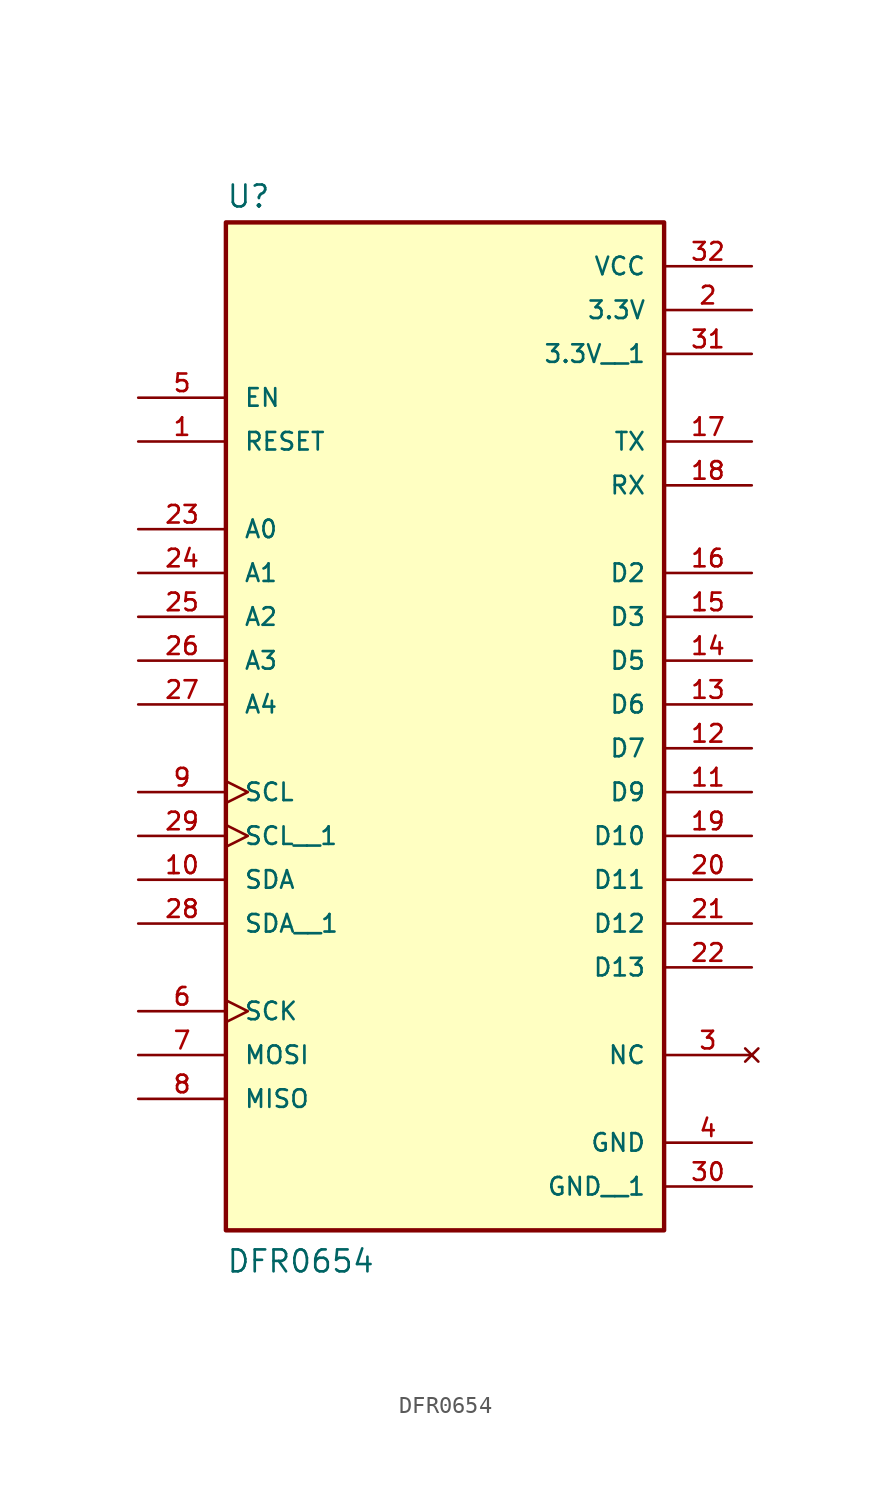
<source format=kicad_sym>
(kicad_symbol_lib
  (version 20211014)
  (generator kicad_symbol_editor)
  (symbol "DFR0654"
    (pin_names
      (offset 1.016))
    (property "Reference" "U"
      (at -12.7 26.162 0)
      (effects (font (size 1.27 1.27)) (justify bottom left)))
    (property "Value" "DFR0654"
      (at -12.7 -35.56 0)
      (effects (font (size 1.27 1.27)) (justify bottom left)))
    (symbol "DFR0654_0_0"
      (rectangle (start -12.7 -33.02) (end 12.7 25.4) (stroke (width 0.254)) (fill (type background)))
      (pin input line (at -17.78 12.7 0) (length 5.08) (name "RESET" (effects (font (size 1.016 1.016)))) (number "1" (effects (font (size 1.016 1.016)))))
      (pin power_in line (at 17.78 20.32 180.0) (length 5.08) (name "3.3V" (effects (font (size 1.016 1.016)))) (number "2" (effects (font (size 1.016 1.016)))))
      (pin no_connect line (at 17.78 -22.86 180.0) (length 5.08) (name "NC" (effects (font (size 1.016 1.016)))) (number "3" (effects (font (size 1.016 1.016)))))
      (pin power_in line (at 17.78 -27.94 180.0) (length 5.08) (name "GND" (effects (font (size 1.016 1.016)))) (number "4" (effects (font (size 1.016 1.016)))))
      (pin input line (at -17.78 15.24 0) (length 5.08) (name "EN" (effects (font (size 1.016 1.016)))) (number "5" (effects (font (size 1.016 1.016)))))
      (pin input clock (at -17.78 -20.32 0) (length 5.08) (name "SCK" (effects (font (size 1.016 1.016)))) (number "6" (effects (font (size 1.016 1.016)))))
      (pin input line (at -17.78 -22.86 0) (length 5.08) (name "MOSI" (effects (font (size 1.016 1.016)))) (number "7" (effects (font (size 1.016 1.016)))))
      (pin output line (at -17.78 -25.4 0) (length 5.08) (name "MISO" (effects (font (size 1.016 1.016)))) (number "8" (effects (font (size 1.016 1.016)))))
      (pin input clock (at -17.78 -7.62 0) (length 5.08) (name "SCL" (effects (font (size 1.016 1.016)))) (number "9" (effects (font (size 1.016 1.016)))))
      (pin bidirectional line (at -17.78 -12.7 0) (length 5.08) (name "SDA" (effects (font (size 1.016 1.016)))) (number "10" (effects (font (size 1.016 1.016)))))
      (pin bidirectional line (at 17.78 -7.62 180.0) (length 5.08) (name "D9" (effects (font (size 1.016 1.016)))) (number "11" (effects (font (size 1.016 1.016)))))
      (pin bidirectional line (at 17.78 -5.08 180.0) (length 5.08) (name "D7" (effects (font (size 1.016 1.016)))) (number "12" (effects (font (size 1.016 1.016)))))
      (pin output line (at 17.78 12.7 180.0) (length 5.08) (name "TX" (effects (font (size 1.016 1.016)))) (number "17" (effects (font (size 1.016 1.016)))))
      (pin bidirectional line (at 17.78 5.08 180.0) (length 5.08) (name "D2" (effects (font (size 1.016 1.016)))) (number "16" (effects (font (size 1.016 1.016)))))
      (pin bidirectional line (at 17.78 2.54 180.0) (length 5.08) (name "D3" (effects (font (size 1.016 1.016)))) (number "15" (effects (font (size 1.016 1.016)))))
      (pin input line (at 17.78 10.16 180.0) (length 5.08) (name "RX" (effects (font (size 1.016 1.016)))) (number "18" (effects (font (size 1.016 1.016)))))
      (pin bidirectional line (at 17.78 0.0 180.0) (length 5.08) (name "D5" (effects (font (size 1.016 1.016)))) (number "14" (effects (font (size 1.016 1.016)))))
      (pin bidirectional line (at 17.78 -2.54 180.0) (length 5.08) (name "D6" (effects (font (size 1.016 1.016)))) (number "13" (effects (font (size 1.016 1.016)))))
      (pin bidirectional line (at 17.78 -10.16 180.0) (length 5.08) (name "D10" (effects (font (size 1.016 1.016)))) (number "19" (effects (font (size 1.016 1.016)))))
      (pin bidirectional line (at 17.78 -12.7 180.0) (length 5.08) (name "D11" (effects (font (size 1.016 1.016)))) (number "20" (effects (font (size 1.016 1.016)))))
      (pin bidirectional line (at 17.78 -15.24 180.0) (length 5.08) (name "D12" (effects (font (size 1.016 1.016)))) (number "21" (effects (font (size 1.016 1.016)))))
      (pin bidirectional line (at 17.78 -17.78 180.0) (length 5.08) (name "D13" (effects (font (size 1.016 1.016)))) (number "22" (effects (font (size 1.016 1.016)))))
      (pin input line (at -17.78 7.62 0) (length 5.08) (name "A0" (effects (font (size 1.016 1.016)))) (number "23" (effects (font (size 1.016 1.016)))))
      (pin input line (at -17.78 5.08 0) (length 5.08) (name "A1" (effects (font (size 1.016 1.016)))) (number "24" (effects (font (size 1.016 1.016)))))
      (pin input line (at -17.78 2.54 0) (length 5.08) (name "A2" (effects (font (size 1.016 1.016)))) (number "25" (effects (font (size 1.016 1.016)))))
      (pin input line (at -17.78 0.0 0) (length 5.08) (name "A3" (effects (font (size 1.016 1.016)))) (number "26" (effects (font (size 1.016 1.016)))))
      (pin input line (at -17.78 -2.54 0) (length 5.08) (name "A4" (effects (font (size 1.016 1.016)))) (number "27" (effects (font (size 1.016 1.016)))))
      (pin power_in line (at 17.78 22.86 180.0) (length 5.08) (name "VCC" (effects (font (size 1.016 1.016)))) (number "32" (effects (font (size 1.016 1.016)))))
      (pin input clock (at -17.78 -10.16 0) (length 5.08) (name "SCL__1" (effects (font (size 1.016 1.016)))) (number "29" (effects (font (size 1.016 1.016)))))
      (pin bidirectional line (at -17.78 -15.24 0) (length 5.08) (name "SDA__1" (effects (font (size 1.016 1.016)))) (number "28" (effects (font (size 1.016 1.016)))))
      (pin power_in line (at 17.78 17.78 180.0) (length 5.08) (name "3.3V__1" (effects (font (size 1.016 1.016)))) (number "31" (effects (font (size 1.016 1.016)))))
      (pin power_in line (at 17.78 -30.48 180.0) (length 5.08) (name "GND__1" (effects (font (size 1.016 1.016)))) (number "30" (effects (font (size 1.016 1.016))))))))
</source>
